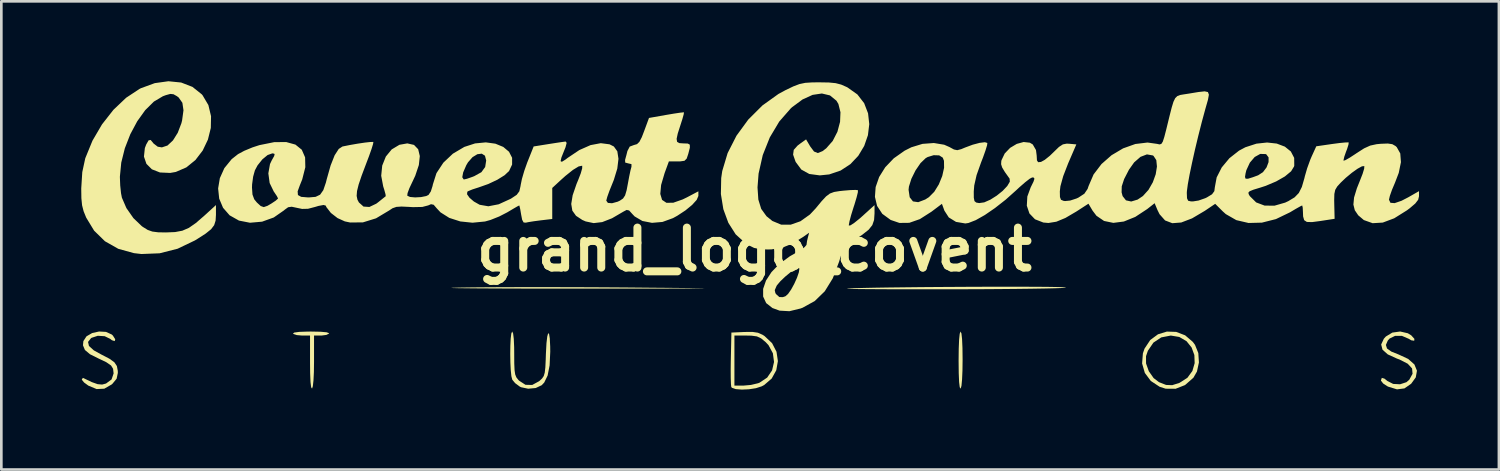
<source format=kicad_pcb>
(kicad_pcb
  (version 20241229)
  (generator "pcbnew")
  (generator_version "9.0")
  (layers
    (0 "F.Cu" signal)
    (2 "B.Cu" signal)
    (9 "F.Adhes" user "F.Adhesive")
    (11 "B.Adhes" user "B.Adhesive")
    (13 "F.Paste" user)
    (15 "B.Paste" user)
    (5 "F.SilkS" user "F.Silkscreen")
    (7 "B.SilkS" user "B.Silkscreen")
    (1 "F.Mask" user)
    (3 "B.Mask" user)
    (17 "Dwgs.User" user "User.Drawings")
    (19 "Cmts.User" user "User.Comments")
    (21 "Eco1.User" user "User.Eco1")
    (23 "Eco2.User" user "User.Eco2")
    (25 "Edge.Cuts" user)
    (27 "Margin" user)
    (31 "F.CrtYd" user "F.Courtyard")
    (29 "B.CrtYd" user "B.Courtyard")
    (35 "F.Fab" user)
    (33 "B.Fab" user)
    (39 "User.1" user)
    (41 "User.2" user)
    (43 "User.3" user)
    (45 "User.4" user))
  (footprint "grand_logo_covent"
    (layer "F.Cu")
    (at 25.272 6.316)
    (property "Reference" "grand_logo_covent" (at 0 0 0) (layer "F.SilkS") (effects (font (size 1.5 1.5) (thickness 0.3))))
    (attr board_only exclude_from_pos_files exclude_from_bom)
    (fp_poly (pts (xy 7.772 3.154) (xy 7.795 3.362) (xy 7.81 3.693) (xy 7.815 4.129) (xy 7.81 4.546) (xy 7.795 4.882) (xy 7.773 5.114) (xy 7.744 5.22) (xy 7.74 5.223) (xy 7.708 5.171) (xy 7.684 4.975) (xy 7.67 4.639) (xy 7.665 4.175) (xy 7.67 3.725) (xy 7.684 3.383) (xy 7.707 3.164) (xy 7.738 3.081) (xy 7.74 3.081)) (stroke (width 0) (type solid)) (fill yes) (layer "F.SilkS"))
    (fp_poly (pts (xy -16.287 3.088) (xy -16.058 3.109) (xy -15.968 3.143) (xy -15.969 3.156) (xy -16.069 3.207) (xy -16.251 3.231) (xy -16.274 3.231) (xy -16.533 3.231) (xy -16.533 4.204) (xy -16.538 4.6) (xy -16.554 4.918) (xy -16.578 5.134) (xy -16.608 5.223) (xy -16.641 5.172) (xy -16.665 4.977) (xy -16.679 4.644) (xy -16.683 4.25) (xy -16.683 3.231) (xy -16.979 3.231) (xy -17.179 3.214) (xy -17.307 3.171) (xy -17.322 3.156) (xy -17.275 3.119) (xy -17.088 3.093) (xy -16.768 3.082) (xy -16.645 3.081)) (stroke (width 0) (type solid)) (fill yes) (layer "F.SilkS"))
    (fp_poly (pts (xy 10.159 1.399) (xy 10.67 1.401) (xy 11.096 1.405) (xy 11.42 1.411) (xy 11.627 1.419) (xy 11.686 1.424) (xy 11.682 1.435) (xy 11.541 1.446) (xy 11.272 1.456) (xy 10.888 1.465) (xy 10.4 1.473) (xy 9.82 1.48) (xy 9.16 1.486) (xy 8.431 1.491) (xy 7.746 1.493) (xy 6.958 1.494) (xy 6.217 1.494) (xy 5.537 1.494) (xy 4.93 1.492) (xy 4.411 1.489) (xy 3.992 1.486) (xy 3.686 1.482) (xy 3.507 1.477) (xy 3.463 1.473) (xy 3.546 1.463) (xy 3.762 1.453) (xy 4.096 1.444) (xy 4.529 1.435) (xy 5.045 1.427) (xy 5.628 1.42) (xy 6.26 1.413) (xy 6.926 1.408) (xy 7.607 1.404) (xy 8.288 1.4) (xy 8.952 1.399) (xy 9.581 1.398)) (stroke (width 0) (type solid)) (fill yes) (layer "F.SilkS"))
    (fp_poly (pts (xy -7.541 1.414) (xy -6.646 1.416) (xy -5.742 1.42) (xy -4.852 1.426) (xy -4.546 1.429) (xy -3.815 1.436) (xy -3.196 1.441) (xy -2.691 1.446) (xy -2.304 1.451) (xy -2.038 1.455) (xy -1.894 1.458) (xy -1.876 1.461) (xy -1.987 1.463) (xy -2.229 1.464) (xy -2.604 1.466) (xy -3.116 1.467) (xy -3.767 1.468) (xy -4.561 1.468) (xy -5.498 1.469) (xy -6.584 1.469) (xy -6.688 1.469) (xy -7.607 1.469) (xy -8.441 1.468) (xy -9.185 1.466) (xy -9.833 1.463) (xy -10.377 1.46) (xy -10.811 1.456) (xy -11.129 1.452) (xy -11.324 1.447) (xy -11.389 1.442) (xy -11.318 1.437) (xy -11.105 1.431) (xy -11.047 1.43) (xy -10.552 1.423) (xy -9.931 1.418) (xy -9.207 1.415) (xy -8.402 1.413)) (stroke (width 0) (type solid)) (fill yes) (layer "F.SilkS"))
    (fp_poly (pts (xy 15.834 3.094) (xy 16.169 3.222) (xy 16.458 3.469) (xy 16.54 3.58) (xy 16.664 3.888) (xy 16.687 4.241) (xy 16.613 4.582) (xy 16.48 4.814) (xy 16.165 5.09) (xy 15.812 5.229) (xy 15.438 5.226) (xy 15.214 5.155) (xy 14.881 4.936) (xy 14.657 4.635) (xy 14.554 4.279) (xy 14.575 4.005) (xy 14.701 4.005) (xy 14.702 4.278) (xy 14.806 4.57) (xy 14.986 4.827) (xy 15.188 4.981) (xy 15.454 5.085) (xy 15.683 5.094) (xy 15.952 5.009) (xy 15.959 5.006) (xy 16.254 4.817) (xy 16.442 4.56) (xy 16.527 4.266) (xy 16.516 3.963) (xy 16.412 3.679) (xy 16.222 3.443) (xy 15.95 3.284) (xy 15.631 3.231) (xy 15.273 3.3) (xy 14.979 3.496) (xy 14.771 3.801) (xy 14.701 4.005) (xy 14.575 4.005) (xy 14.584 3.898) (xy 14.645 3.722) (xy 14.86 3.398) (xy 15.15 3.184) (xy 15.484 3.082)) (stroke (width 0) (type solid)) (fill yes) (layer "F.SilkS"))
    (fp_poly (pts (xy 0.131 3.125) (xy 0.304 3.201) (xy 0.379 3.249) (xy 0.662 3.516) (xy 0.829 3.84) (xy 0.881 4.19) (xy 0.82 4.535) (xy 0.648 4.845) (xy 0.366 5.088) (xy 0.272 5.138) (xy 0.058 5.207) (xy -0.205 5.248) (xy -0.472 5.26) (xy -0.7 5.242) (xy -0.844 5.192) (xy -0.869 5.162) (xy -0.881 5.054) (xy -0.889 4.826) (xy -0.891 4.512) (xy -0.887 4.171) (xy -0.751 4.171) (xy -0.751 5.11) (xy -0.411 5.11) (xy -0.132 5.085) (xy 0.135 5.022) (xy 0.189 5.002) (xy 0.479 4.809) (xy 0.663 4.538) (xy 0.736 4.223) (xy 0.693 3.896) (xy 0.528 3.591) (xy 0.422 3.478) (xy 0.251 3.337) (xy 0.094 3.263) (xy -0.111 3.235) (xy -0.299 3.231) (xy -0.751 3.231) (xy -0.751 4.171) (xy -0.887 4.171) (xy -0.886 4.144) (xy -0.885 4.092) (xy -0.864 3.119) (xy -0.373 3.097) (xy -0.076 3.094)) (stroke (width 0) (type solid)) (fill yes) (layer "F.SilkS"))
    (fp_poly (pts (xy 24.53 3.145) (xy 24.659 3.225) (xy 24.777 3.356) (xy 24.769 3.426) (xy 24.658 3.409) (xy 24.562 3.352) (xy 24.309 3.243) (xy 24.053 3.242) (xy 23.842 3.345) (xy 23.777 3.42) (xy 23.706 3.584) (xy 23.748 3.717) (xy 23.913 3.834) (xy 24.179 3.94) (xy 24.543 4.109) (xy 24.776 4.316) (xy 24.872 4.55) (xy 24.828 4.801) (xy 24.654 5.041) (xy 24.403 5.215) (xy 24.123 5.251) (xy 23.796 5.151) (xy 23.766 5.137) (xy 23.604 5.031) (xy 23.523 4.927) (xy 23.521 4.913) (xy 23.553 4.819) (xy 23.653 4.849) (xy 23.763 4.937) (xy 23.98 5.047) (xy 24.239 5.06) (xy 24.477 4.982) (xy 24.583 4.891) (xy 24.707 4.666) (xy 24.689 4.466) (xy 24.526 4.289) (xy 24.216 4.13) (xy 24.122 4.096) (xy 23.776 3.938) (xy 23.578 3.761) (xy 23.529 3.566) (xy 23.629 3.351) (xy 23.706 3.266) (xy 23.948 3.12) (xy 24.242 3.079)) (stroke (width 0) (type solid)) (fill yes) (layer "F.SilkS"))
    (fp_poly (pts (xy -9.059 3.153) (xy -9.034 3.356) (xy -9.02 3.671) (xy -9.018 3.911) (xy -9.016 4.278) (xy -9.005 4.527) (xy -8.981 4.691) (xy -8.937 4.801) (xy -8.867 4.891) (xy -8.833 4.926) (xy -8.595 5.08) (xy -8.342 5.086) (xy -8.08 4.943) (xy -8.064 4.929) (xy -7.972 4.843) (xy -7.91 4.752) (xy -7.872 4.625) (xy -7.849 4.429) (xy -7.835 4.133) (xy -7.828 3.914) (xy -7.807 3.521) (xy -7.777 3.263) (xy -7.743 3.145) (xy -7.71 3.167) (xy -7.683 3.332) (xy -7.667 3.643) (xy -7.665 3.839) (xy -7.689 4.35) (xy -7.763 4.731) (xy -7.891 4.995) (xy -7.985 5.095) (xy -8.211 5.201) (xy -8.494 5.227) (xy -8.761 5.171) (xy -8.809 5.147) (xy -8.983 5.018) (xy -9.091 4.888) (xy -9.124 4.758) (xy -9.148 4.529) (xy -9.162 4.239) (xy -9.167 3.921) (xy -9.163 3.612) (xy -9.15 3.345) (xy -9.127 3.157) (xy -9.095 3.081) (xy -9.093 3.081)) (stroke (width 0) (type solid)) (fill yes) (layer "F.SilkS"))
    (fp_poly (pts (xy -24.341 3.094) (xy -24.126 3.192) (xy -24.084 3.232) (xy -23.996 3.371) (xy -24.016 3.439) (xy -24.121 3.406) (xy -24.184 3.356) (xy -24.393 3.255) (xy -24.651 3.24) (xy -24.882 3.315) (xy -24.905 3.33) (xy -25.017 3.471) (xy -24.982 3.622) (xy -24.8 3.787) (xy -24.514 3.945) (xy -24.215 4.1) (xy -24.03 4.233) (xy -23.934 4.376) (xy -23.9 4.557) (xy -23.898 4.634) (xy -23.944 4.852) (xy -24.104 5.045) (xy -24.128 5.066) (xy -24.406 5.226) (xy -24.695 5.24) (xy -25.005 5.111) (xy -25.164 4.995) (xy -25.246 4.895) (xy -25.25 4.879) (xy -25.212 4.821) (xy -25.193 4.826) (xy -24.88 4.977) (xy -24.657 5.056) (xy -24.488 5.071) (xy -24.341 5.032) (xy -24.134 4.879) (xy -24.057 4.653) (xy -24.077 4.478) (xy -24.153 4.355) (xy -24.334 4.23) (xy -24.616 4.096) (xy -24.942 3.934) (xy -25.134 3.773) (xy -25.207 3.597) (xy -25.192 3.439) (xy -25.075 3.26) (xy -24.863 3.137) (xy -24.602 3.079)) (stroke (width 0) (type solid)) (fill yes) (layer "F.SilkS"))
    (fp_poly (pts (xy -21.521 -6.268) (xy -21.097 -6.104) (xy -20.75 -5.827) (xy -20.718 -5.791) (xy -20.499 -5.421) (xy -20.399 -5.003) (xy -20.408 -4.562) (xy -20.517 -4.124) (xy -20.713 -3.714) (xy -20.986 -3.358) (xy -21.326 -3.082) (xy -21.722 -2.911) (xy -21.933 -2.874) (xy -22.317 -2.891) (xy -22.62 -3.01) (xy -22.825 -3.215) (xy -22.918 -3.487) (xy -22.884 -3.807) (xy -22.833 -3.942) (xy -22.744 -4.097) (xy -22.666 -4.112) (xy -22.567 -3.992) (xy -22.562 -3.983) (xy -22.4 -3.858) (xy -22.244 -3.833) (xy -22.034 -3.903) (xy -21.828 -4.096) (xy -21.648 -4.384) (xy -21.512 -4.741) (xy -21.486 -4.845) (xy -21.434 -5.226) (xy -21.475 -5.506) (xy -21.615 -5.706) (xy -21.683 -5.757) (xy -21.81 -5.828) (xy -21.928 -5.84) (xy -22.097 -5.794) (xy -22.207 -5.753) (xy -22.544 -5.553) (xy -22.87 -5.231) (xy -23.17 -4.813) (xy -23.43 -4.327) (xy -23.635 -3.801) (xy -23.77 -3.261) (xy -23.821 -2.736) (xy -23.821 -2.71) (xy -23.809 -2.403) (xy -23.779 -2.113) (xy -23.746 -1.945) (xy -23.578 -1.556) (xy -23.315 -1.179) (xy -22.999 -0.876) (xy -22.954 -0.844) (xy -22.776 -0.734) (xy -22.603 -0.673) (xy -22.383 -0.645) (xy -22.093 -0.64) (xy -21.75 -0.654) (xy -21.477 -0.705) (xy -21.231 -0.812) (xy -20.971 -0.993) (xy -20.654 -1.267) (xy -20.637 -1.282) (xy -20.215 -1.668) (xy -20.215 -1.298) (xy -20.228 -1.084) (xy -20.282 -0.913) (xy -20.398 -0.76) (xy -20.599 -0.598) (xy -20.906 -0.4) (xy -21.004 -0.34) (xy -21.655 -0.028) (xy -22.331 0.143) (xy -23.013 0.17) (xy -23.295 0.137) (xy -23.881 -0.025) (xy -24.382 -0.309) (xy -24.789 -0.707) (xy -25.086 -1.196) (xy -25.183 -1.435) (xy -25.241 -1.66) (xy -25.267 -1.925) (xy -25.272 -2.285) (xy -25.272 -2.291) (xy -25.233 -2.906) (xy -25.123 -3.416) (xy -25.118 -3.432) (xy -24.851 -4.084) (xy -24.493 -4.696) (xy -24.064 -5.243) (xy -23.587 -5.696) (xy -23.083 -6.029) (xy -23.033 -6.054) (xy -22.512 -6.245) (xy -22 -6.316)) (stroke (width 0) (type solid)) (fill yes) (layer "F.SilkS"))
    (fp_poly (pts (xy 2.795 -6.269) (xy 3.05 -6.244) (xy 3.255 -6.191) (xy 3.46 -6.101) (xy 3.495 -6.083) (xy 3.865 -5.821) (xy 4.12 -5.491) (xy 4.266 -5.112) (xy 4.311 -4.705) (xy 4.261 -4.29) (xy 4.122 -3.889) (xy 3.901 -3.52) (xy 3.604 -3.205) (xy 3.237 -2.964) (xy 2.808 -2.818) (xy 2.454 -2.782) (xy 2.059 -2.835) (xy 1.761 -3) (xy 1.552 -3.282) (xy 1.537 -3.315) (xy 1.452 -3.561) (xy 1.476 -3.739) (xy 1.62 -3.901) (xy 1.715 -3.973) (xy 1.939 -4.133) (xy 2.094 -3.87) (xy 2.237 -3.678) (xy 2.38 -3.62) (xy 2.556 -3.692) (xy 2.694 -3.797) (xy 2.939 -4.075) (xy 3.116 -4.42) (xy 3.215 -4.792) (xy 3.23 -5.153) (xy 3.152 -5.464) (xy 3.078 -5.586) (xy 2.836 -5.784) (xy 2.532 -5.856) (xy 2.183 -5.804) (xy 1.806 -5.632) (xy 1.415 -5.343) (xy 1.366 -5.299) (xy 0.933 -4.804) (xy 0.577 -4.207) (xy 0.313 -3.544) (xy 0.156 -2.849) (xy 0.116 -2.33) (xy 0.147 -1.874) (xy 0.255 -1.524) (xy 0.453 -1.249) (xy 0.673 -1.071) (xy 1.003 -0.933) (xy 1.361 -0.931) (xy 1.728 -1.06) (xy 2.084 -1.314) (xy 2.3 -1.544) (xy 2.525 -1.816) (xy 2.691 -1.994) (xy 2.834 -2.101) (xy 2.99 -2.159) (xy 3.193 -2.192) (xy 3.342 -2.208) (xy 3.603 -2.23) (xy 3.798 -2.236) (xy 3.887 -2.225) (xy 3.887 -2.225) (xy 3.882 -2.142) (xy 3.835 -1.953) (xy 3.757 -1.692) (xy 3.721 -1.583) (xy 3.632 -1.297) (xy 3.57 -1.063) (xy 3.544 -0.919) (xy 3.546 -0.897) (xy 3.609 -0.908) (xy 3.753 -1.003) (xy 3.954 -1.165) (xy 4.041 -1.242) (xy 4.509 -1.666) (xy 4.509 -1.354) (xy 4.492 -1.108) (xy 4.426 -0.915) (xy 4.288 -0.742) (xy 4.053 -0.556) (xy 3.845 -0.416) (xy 3.592 -0.248) (xy 3.432 -0.116) (xy 3.329 0.027) (xy 3.25 0.226) (xy 3.177 0.462) (xy 2.943 1.08) (xy 2.641 1.569) (xy 2.265 1.935) (xy 1.81 2.186) (xy 1.733 2.215) (xy 1.312 2.317) (xy 0.945 2.296) (xy 0.677 2.198) (xy 0.441 2.012) (xy 0.327 1.766) (xy 0.327 1.526) (xy 0.763 1.526) (xy 0.787 1.638) (xy 0.821 1.684) (xy 0.937 1.787) (xy 1.07 1.788) (xy 1.162 1.757) (xy 1.262 1.67) (xy 1.379 1.502) (xy 1.496 1.287) (xy 1.598 1.061) (xy 1.667 0.86) (xy 1.688 0.72) (xy 1.654 0.676) (xy 1.538 0.725) (xy 1.36 0.85) (xy 1.158 1.017) (xy 0.974 1.192) (xy 0.847 1.342) (xy 0.832 1.367) (xy 0.763 1.526) (xy 0.327 1.526) (xy 0.327 1.478) (xy 0.435 1.165) (xy 0.643 0.845) (xy 0.945 0.535) (xy 1.333 0.253) (xy 1.498 0.159) (xy 1.727 0.025) (xy 1.89 -0.094) (xy 1.955 -0.173) (xy 1.955 -0.173) (xy 1.974 -0.312) (xy 2.005 -0.446) (xy 2.054 -0.629) (xy 1.835 -0.475) (xy 1.419 -0.217) (xy 1.038 -0.066) (xy 0.643 -0.004) (xy 0.5 -0.000001) (xy 0.205 -0.011) (xy -0.011 -0.058) (xy -0.218 -0.161) (xy -0.348 -0.244) (xy -0.704 -0.569) (xy -0.979 -1.001) (xy -1.167 -1.513) (xy -1.259 -2.082) (xy -1.247 -2.681) (xy -1.208 -2.946) (xy -1.006 -3.619) (xy -0.674 -4.271) (xy -0.232 -4.876) (xy 0.299 -5.406) (xy 0.901 -5.838) (xy 1.163 -5.98) (xy 1.461 -6.123) (xy 1.69 -6.21) (xy 1.908 -6.256) (xy 2.173 -6.273) (xy 2.44 -6.275)) (stroke (width 0) (type solid)) (fill yes) (layer "F.SilkS"))
    (fp_poly (pts (xy -2.645 -5.147) (xy -2.656 -5.072) (xy -2.705 -4.894) (xy -2.777 -4.67) (xy -2.878 -4.354) (xy -2.921 -4.153) (xy -2.903 -4.041) (xy -2.819 -3.993) (xy -2.668 -3.983) (xy -2.501 -3.977) (xy -2.426 -3.935) (xy -2.424 -3.821) (xy -2.481 -3.599) (xy -2.484 -3.588) (xy -2.543 -3.412) (xy -2.626 -3.33) (xy -2.783 -3.308) (xy -2.887 -3.307) (xy -3.211 -3.307) (xy -3.372 -2.867) (xy -3.503 -2.422) (xy -3.534 -2.086) (xy -3.467 -1.862) (xy -3.303 -1.752) (xy -3.045 -1.756) (xy -2.694 -1.879) (xy -2.536 -1.956) (xy -2.104 -2.184) (xy -2.104 -2.01) (xy -2.167 -1.863) (xy -2.338 -1.674) (xy -2.59 -1.467) (xy -2.896 -1.266) (xy -3.058 -1.177) (xy -3.452 -1.034) (xy -3.845 -1) (xy -4.205 -1.07) (xy -4.497 -1.241) (xy -4.587 -1.336) (xy -4.704 -1.465) (xy -4.797 -1.485) (xy -4.908 -1.427) (xy -5.346 -1.172) (xy -5.714 -1.028) (xy -6.036 -0.99) (xy -6.337 -1.054) (xy -6.462 -1.109) (xy -6.698 -1.265) (xy -6.836 -1.458) (xy -6.877 -1.709) (xy -6.824 -2.036) (xy -6.679 -2.458) (xy -6.615 -2.612) (xy -6.519 -2.86) (xy -6.466 -3.048) (xy -6.465 -3.141) (xy -6.47 -3.144) (xy -6.599 -3.118) (xy -6.812 -2.988) (xy -7.094 -2.763) (xy -7.264 -2.611) (xy -7.59 -2.31) (xy -7.59 -1.727) (xy -7.59 -1.145) (xy -8.022 -1.094) (xy -8.282 -1.06) (xy -8.493 -1.026) (xy -8.581 -1.007) (xy -8.665 -1.014) (xy -8.72 -1.116) (xy -8.758 -1.312) (xy -8.792 -1.514) (xy -8.821 -1.636) (xy -8.829 -1.653) (xy -8.899 -1.618) (xy -9.061 -1.524) (xy -9.28 -1.394) (xy -9.581 -1.239) (xy -9.907 -1.109) (xy -10.114 -1.051) (xy -10.583 -1.005) (xy -11.042 -1.053) (xy -11.455 -1.186) (xy -11.785 -1.394) (xy -11.928 -1.547) (xy -12.041 -1.679) (xy -12.141 -1.7) (xy -12.249 -1.654) (xy -12.468 -1.597) (xy -12.82 -1.59) (xy -12.954 -1.598) (xy -13.248 -1.612) (xy -13.441 -1.599) (xy -13.585 -1.549) (xy -13.712 -1.465) (xy -14.205 -1.17) (xy -14.696 -1.018) (xy -15.178 -1.013) (xy -15.377 -1.055) (xy -15.651 -1.179) (xy -15.9 -1.372) (xy -16.068 -1.589) (xy -16.093 -1.647) (xy -16.176 -1.671) (xy -16.368 -1.635) (xy -16.487 -1.599) (xy -16.759 -1.528) (xy -16.982 -1.523) (xy -17.164 -1.561) (xy -17.371 -1.605) (xy -17.505 -1.586) (xy -17.636 -1.491) (xy -17.66 -1.469) (xy -18.044 -1.202) (xy -18.483 -1.044) (xy -18.938 -1.004) (xy -19.351 -1.085) (xy -19.702 -1.283) (xy -19.949 -1.566) (xy -20.093 -1.909) (xy -20.133 -2.288) (xy -20.127 -2.329) (xy -18.862 -2.329) (xy -18.844 -2.064) (xy -18.778 -1.885) (xy -18.678 -1.763) (xy -18.534 -1.631) (xy -18.42 -1.591) (xy -18.281 -1.639) (xy -18.129 -1.728) (xy -17.972 -1.833) (xy -17.889 -1.908) (xy -17.885 -1.918) (xy -17.926 -2.001) (xy -18.025 -2.149) (xy -18.044 -2.175) (xy -18.199 -2.495) (xy -18.248 -2.858) (xy -18.186 -3.207) (xy -18.123 -3.341) (xy -18.029 -3.509) (xy -18.012 -3.586) (xy -18.069 -3.606) (xy -18.102 -3.607) (xy -18.277 -3.545) (xy -18.474 -3.382) (xy -18.653 -3.158) (xy -18.753 -2.971) (xy -18.819 -2.734) (xy -18.858 -2.443) (xy -18.862 -2.329) (xy -20.127 -2.329) (xy -20.069 -2.677) (xy -19.9 -3.053) (xy -19.626 -3.39) (xy -19.387 -3.579) (xy -19.152 -3.705) (xy -18.843 -3.833) (xy -18.582 -3.918) (xy -18.031 -4.029) (xy -17.58 -4.034) (xy -17.232 -3.938) (xy -16.993 -3.745) (xy -16.868 -3.459) (xy -16.86 -3.087) (xy -16.976 -2.631) (xy -17.064 -2.413) (xy -17.148 -2.183) (xy -17.137 -2.044) (xy -17.015 -1.976) (xy -16.763 -1.955) (xy -16.716 -1.955) (xy -16.474 -1.976) (xy -16.305 -2.057) (xy -16.185 -2.227) (xy -16.088 -2.511) (xy -16.056 -2.639) (xy -15.91 -3.155) (xy -15.759 -3.536) (xy -15.605 -3.775) (xy -15.465 -3.866) (xy -15.188 -3.922) (xy -14.894 -3.973) (xy -14.624 -4.013) (xy -14.416 -4.036) (xy -14.31 -4.037) (xy -14.305 -4.035) (xy -14.318 -3.956) (xy -14.376 -3.767) (xy -14.471 -3.498) (xy -14.576 -3.222) (xy -14.745 -2.774) (xy -14.858 -2.439) (xy -14.919 -2.193) (xy -14.933 -2.012) (xy -14.904 -1.871) (xy -14.848 -1.766) (xy -14.675 -1.611) (xy -14.455 -1.596) (xy -14.194 -1.721) (xy -14.115 -1.781) (xy -13.956 -1.909) (xy -13.855 -1.989) (xy -13.841 -1.999) (xy -13.849 -2.072) (xy -13.896 -2.242) (xy -13.936 -2.368) (xy -14.011 -2.768) (xy -13.973 -3.15) (xy -13.837 -3.489) (xy -13.617 -3.757) (xy -13.328 -3.93) (xy -13.031 -3.983) (xy -12.78 -3.926) (xy -12.623 -3.763) (xy -12.562 -3.507) (xy -12.598 -3.171) (xy -12.733 -2.768) (xy -12.841 -2.538) (xy -12.953 -2.301) (xy -13.022 -2.115) (xy -13.033 -2.02) (xy -12.93 -1.972) (xy -12.738 -1.955) (xy -12.516 -1.967) (xy -12.322 -2.006) (xy -12.235 -2.048) (xy -12.148 -2.18) (xy -12.082 -2.388) (xy -12.073 -2.437) (xy -11.986 -2.712) (xy -10.968 -2.712) (xy -10.917 -2.632) (xy -10.898 -2.63) (xy -10.787 -2.656) (xy -10.598 -2.722) (xy -10.52 -2.752) (xy -10.251 -2.901) (xy -10.108 -3.096) (xy -10.07 -3.342) (xy -10.116 -3.521) (xy -10.236 -3.597) (xy -10.401 -3.577) (xy -10.583 -3.466) (xy -10.754 -3.271) (xy -10.818 -3.162) (xy -10.934 -2.894) (xy -10.968 -2.712) (xy -11.986 -2.712) (xy -11.937 -2.865) (xy -11.677 -3.26) (xy -11.32 -3.597) (xy -10.89 -3.851) (xy -10.487 -3.982) (xy -10.083 -4.021) (xy -9.724 -3.972) (xy -9.428 -3.85) (xy -9.213 -3.669) (xy -9.097 -3.443) (xy -9.097 -3.188) (xy -9.211 -2.946) (xy -9.379 -2.788) (xy -9.652 -2.618) (xy -9.991 -2.458) (xy -10.354 -2.33) (xy -10.37 -2.325) (xy -10.587 -2.255) (xy -10.744 -2.19) (xy -10.778 -2.168) (xy -10.789 -2.075) (xy -10.697 -1.943) (xy -10.532 -1.801) (xy -10.323 -1.683) (xy -10.311 -1.678) (xy -9.989 -1.622) (xy -9.6 -1.697) (xy -9.152 -1.902) (xy -9.122 -1.92) (xy -8.925 -2.051) (xy -8.825 -2.185) (xy -8.78 -2.383) (xy -8.775 -2.421) (xy -8.728 -2.65) (xy -8.639 -2.955) (xy -8.526 -3.274) (xy -8.513 -3.305) (xy -8.288 -3.868) (xy -7.732 -3.957) (xy -7.45 -4.001) (xy -7.222 -4.035) (xy -7.092 -4.052) (xy -7.085 -4.052) (xy -7.049 -4.002) (xy -7.092 -3.837) (xy -7.142 -3.714) (xy -7.246 -3.453) (xy -7.277 -3.316) (xy -7.229 -3.292) (xy -7.097 -3.373) (xy -7.008 -3.441) (xy -6.572 -3.733) (xy -6.153 -3.918) (xy -5.768 -3.991) (xy -5.438 -3.948) (xy -5.277 -3.866) (xy -5.147 -3.686) (xy -5.104 -3.404) (xy -5.148 -3.038) (xy -5.279 -2.609) (xy -5.336 -2.468) (xy -5.444 -2.2) (xy -5.524 -1.977) (xy -5.56 -1.843) (xy -5.561 -1.833) (xy -5.501 -1.749) (xy -5.346 -1.736) (xy -5.134 -1.794) (xy -5.048 -1.835) (xy -4.933 -1.913) (xy -4.856 -2.029) (xy -4.798 -2.224) (xy -4.753 -2.461) (xy -4.701 -2.741) (xy -4.652 -2.973) (xy -4.616 -3.106) (xy -4.616 -3.205) (xy -4.731 -3.231) (xy -4.851 -3.263) (xy -4.856 -3.363) (xy -4.808 -3.537) (xy -4.768 -3.697) (xy -4.681 -3.863) (xy -4.522 -3.922) (xy -4.408 -3.955) (xy -4.318 -4.042) (xy -4.228 -4.216) (xy -4.141 -4.442) (xy -3.958 -4.938) (xy -3.313 -5.052) (xy -3.021 -5.101) (xy -2.793 -5.135) (xy -2.662 -5.149)) (stroke (width 0) (type solid)) (fill yes) (layer "F.SilkS"))
    (fp_poly (pts (xy 17.025 -5.91) (xy 17.061 -5.811) (xy 17.027 -5.623) (xy 16.943 -5.328) (xy 16.929 -5.279) (xy 16.795 -4.786) (xy 16.663 -4.266) (xy 16.538 -3.745) (xy 16.428 -3.251) (xy 16.336 -2.81) (xy 16.27 -2.448) (xy 16.236 -2.193) (xy 16.232 -2.123) (xy 16.24 -1.923) (xy 16.282 -1.83) (xy 16.389 -1.805) (xy 16.46 -1.804) (xy 16.674 -1.838) (xy 16.923 -1.925) (xy 16.986 -1.955) (xy 17.179 -2.072) (xy 17.266 -2.191) (xy 17.284 -2.334) (xy 17.353 -2.706) (xy 17.363 -2.725) (xy 18.417 -2.725) (xy 18.438 -2.658) (xy 18.529 -2.656) (xy 18.716 -2.714) (xy 18.911 -2.786) (xy 19.091 -2.903) (xy 19.226 -3.082) (xy 19.301 -3.28) (xy 19.302 -3.457) (xy 19.215 -3.573) (xy 19.196 -3.582) (xy 18.989 -3.588) (xy 18.781 -3.472) (xy 18.599 -3.26) (xy 18.468 -2.977) (xy 18.439 -2.862) (xy 18.417 -2.725) (xy 17.363 -2.725) (xy 17.544 -3.081) (xy 17.832 -3.427) (xy 18.193 -3.711) (xy 18.431 -3.838) (xy 18.847 -3.973) (xy 19.246 -4.016) (xy 19.609 -3.976) (xy 19.913 -3.861) (xy 20.138 -3.679) (xy 20.263 -3.439) (xy 20.266 -3.149) (xy 20.258 -3.116) (xy 20.147 -2.935) (xy 19.914 -2.742) (xy 19.587 -2.555) (xy 19.194 -2.389) (xy 18.994 -2.324) (xy 18.732 -2.244) (xy 18.589 -2.185) (xy 18.541 -2.129) (xy 18.565 -2.056) (xy 18.6 -2.001) (xy 18.836 -1.767) (xy 19.152 -1.648) (xy 19.522 -1.644) (xy 19.925 -1.76) (xy 20.046 -1.817) (xy 20.278 -1.957) (xy 20.437 -2.121) (xy 20.551 -2.348) (xy 20.647 -2.677) (xy 20.662 -2.743) (xy 20.749 -3.045) (xy 20.868 -3.373) (xy 20.921 -3.497) (xy 21.093 -3.874) (xy 21.687 -3.96) (xy 21.968 -3.997) (xy 22.185 -4.018) (xy 22.3 -4.02) (xy 22.31 -4.017) (xy 22.301 -3.937) (xy 22.248 -3.768) (xy 22.212 -3.676) (xy 22.144 -3.482) (xy 22.115 -3.354) (xy 22.118 -3.332) (xy 22.19 -3.356) (xy 22.352 -3.449) (xy 22.57 -3.591) (xy 22.609 -3.618) (xy 22.889 -3.797) (xy 23.118 -3.901) (xy 23.358 -3.953) (xy 23.512 -3.968) (xy 23.779 -3.978) (xy 23.947 -3.953) (xy 24.068 -3.884) (xy 24.114 -3.841) (xy 24.246 -3.605) (xy 24.271 -3.279) (xy 24.189 -2.876) (xy 24.047 -2.505) (xy 23.935 -2.24) (xy 23.855 -2.013) (xy 23.822 -1.872) (xy 23.822 -1.868) (xy 23.876 -1.753) (xy 24.034 -1.74) (xy 24.291 -1.828) (xy 24.545 -1.959) (xy 24.949 -2.19) (xy 24.949 -1.997) (xy 24.918 -1.867) (xy 24.809 -1.726) (xy 24.601 -1.548) (xy 24.498 -1.471) (xy 24.019 -1.171) (xy 23.589 -1.01) (xy 23.208 -0.987) (xy 22.879 -1.104) (xy 22.667 -1.284) (xy 22.539 -1.473) (xy 22.486 -1.686) (xy 22.511 -1.951) (xy 22.616 -2.295) (xy 22.737 -2.598) (xy 22.833 -2.844) (xy 22.89 -3.034) (xy 22.897 -3.129) (xy 22.896 -3.131) (xy 22.807 -3.122) (xy 22.641 -3.031) (xy 22.429 -2.88) (xy 22.201 -2.691) (xy 22.014 -2.513) (xy 21.88 -2.366) (xy 21.804 -2.239) (xy 21.771 -2.084) (xy 21.765 -1.85) (xy 21.768 -1.698) (xy 21.781 -1.152) (xy 21.244 -1.069) (xy 20.933 -1.028) (xy 20.74 -1.034) (xy 20.638 -1.1) (xy 20.598 -1.242) (xy 20.592 -1.409) (xy 20.583 -1.575) (xy 20.564 -1.653) (xy 20.562 -1.653) (xy 20.488 -1.617) (xy 20.322 -1.524) (xy 20.105 -1.395) (xy 19.578 -1.141) (xy 19.052 -1.008) (xy 18.55 -0.995) (xy 18.091 -1.102) (xy 17.695 -1.329) (xy 17.58 -1.433) (xy 17.298 -1.714) (xy 16.908 -1.451) (xy 16.429 -1.168) (xy 16.023 -1.013) (xy 15.687 -0.987) (xy 15.416 -1.091) (xy 15.209 -1.324) (xy 15.132 -1.479) (xy 15.024 -1.737) (xy 14.745 -1.517) (xy 14.297 -1.223) (xy 13.869 -1.05) (xy 13.474 -0.999) (xy 13.126 -1.071) (xy 12.84 -1.266) (xy 12.695 -1.457) (xy 12.54 -1.719) (xy 12.089 -1.427) (xy 11.675 -1.184) (xy 11.335 -1.043) (xy 11.04 -0.995) (xy 10.846 -1.012) (xy 10.533 -1.134) (xy 10.324 -1.352) (xy 10.226 -1.644) (xy 10.245 -1.989) (xy 10.37 -2.33) (xy 10.475 -2.543) (xy 10.512 -2.655) (xy 10.487 -2.699) (xy 10.427 -2.705) (xy 10.334 -2.656) (xy 10.164 -2.524) (xy 9.946 -2.334) (xy 9.827 -2.223) (xy 9.432 -1.87) (xy 9.031 -1.556) (xy 8.65 -1.294) (xy 8.31 -1.102) (xy 8.036 -0.995) (xy 7.918 -0.977) (xy 7.568 -1.036) (xy 7.297 -1.203) (xy 7.132 -1.458) (xy 7.039 -1.714) (xy 6.646 -1.418) (xy 6.21 -1.14) (xy 5.814 -1.001) (xy 5.443 -0.997) (xy 5.115 -1.109) (xy 4.8 -1.339) (xy 4.605 -1.635) (xy 4.524 -1.976) (xy 4.543 -2.241) (xy 5.787 -2.241) (xy 5.829 -1.961) (xy 5.952 -1.805) (xy 6.149 -1.776) (xy 6.412 -1.876) (xy 6.55 -1.964) (xy 6.751 -2.166) (xy 6.923 -2.444) (xy 7.051 -2.759) (xy 7.12 -3.068) (xy 7.116 -3.329) (xy 7.071 -3.447) (xy 6.937 -3.533) (xy 6.729 -3.54) (xy 6.501 -3.47) (xy 6.427 -3.427) (xy 6.236 -3.243) (xy 6.047 -2.967) (xy 5.892 -2.654) (xy 5.8 -2.361) (xy 5.787 -2.241) (xy 4.543 -2.241) (xy 4.551 -2.344) (xy 4.682 -2.721) (xy 4.91 -3.086) (xy 5.232 -3.423) (xy 5.64 -3.71) (xy 5.892 -3.837) (xy 6.31 -3.965) (xy 6.737 -3.997) (xy 7.124 -3.933) (xy 7.321 -3.846) (xy 7.49 -3.754) (xy 7.615 -3.728) (xy 7.764 -3.767) (xy 7.908 -3.827) (xy 8.195 -3.934) (xy 8.456 -4.003) (xy 8.652 -4.027) (xy 8.745 -3.999) (xy 8.733 -3.91) (xy 8.674 -3.715) (xy 8.579 -3.448) (xy 8.509 -3.268) (xy 8.34 -2.792) (xy 8.252 -2.404) (xy 8.234 -2.179) (xy 8.236 -1.942) (xy 8.261 -1.816) (xy 8.327 -1.762) (xy 8.437 -1.742) (xy 8.627 -1.769) (xy 8.857 -1.87) (xy 9.097 -2.022) (xy 9.319 -2.2) (xy 9.492 -2.383) (xy 9.588 -2.545) (xy 9.58 -2.659) (xy 9.401 -2.91) (xy 9.3 -3.078) (xy 9.261 -3.201) (xy 9.268 -3.315) (xy 9.276 -3.353) (xy 9.397 -3.605) (xy 9.599 -3.815) (xy 9.848 -3.964) (xy 10.106 -4.035) (xy 10.339 -4.009) (xy 10.449 -3.943) (xy 10.57 -3.733) (xy 10.596 -3.527) (xy 10.606 -3.345) (xy 10.651 -3.277) (xy 10.757 -3.287) (xy 10.759 -3.288) (xy 10.898 -3.364) (xy 11.088 -3.516) (xy 11.239 -3.662) (xy 11.433 -3.85) (xy 11.58 -3.946) (xy 11.726 -3.974) (xy 11.821 -3.969) (xy 12.085 -3.945) (xy 11.777 -3.231) (xy 11.592 -2.753) (xy 11.487 -2.373) (xy 11.465 -2.179) (xy 11.47 -1.969) (xy 11.509 -1.866) (xy 11.605 -1.826) (xy 11.661 -1.818) (xy 11.853 -1.837) (xy 12.09 -1.914) (xy 12.165 -1.949) (xy 12.386 -2.094) (xy 12.421 -2.146) (xy 13.784 -2.146) (xy 13.822 -2.004) (xy 13.948 -1.845) (xy 14.145 -1.801) (xy 14.385 -1.873) (xy 14.584 -2.007) (xy 14.793 -2.238) (xy 14.956 -2.522) (xy 15.065 -2.825) (xy 15.111 -3.114) (xy 15.087 -3.355) (xy 14.983 -3.514) (xy 14.956 -3.531) (xy 14.735 -3.57) (xy 14.494 -3.478) (xy 14.255 -3.27) (xy 14.06 -2.994) (xy 13.879 -2.643) (xy 13.79 -2.372) (xy 13.784 -2.146) (xy 12.421 -2.146) (xy 12.508 -2.274) (xy 12.546 -2.386) (xy 12.732 -2.817) (xy 13.029 -3.207) (xy 13.407 -3.539) (xy 13.84 -3.796) (xy 14.3 -3.96) (xy 14.758 -4.015) (xy 15.115 -3.965) (xy 15.209 -3.944) (xy 15.276 -3.964) (xy 15.331 -4.049) (xy 15.388 -4.226) (xy 15.464 -4.52) (xy 15.475 -4.566) (xy 15.583 -5.008) (xy 15.664 -5.326) (xy 15.73 -5.543) (xy 15.796 -5.68) (xy 15.876 -5.759) (xy 15.983 -5.8) (xy 16.131 -5.825) (xy 16.303 -5.851) (xy 16.666 -5.911) (xy 16.901 -5.937)) (stroke (width 0) (type solid)) (fill yes) (layer "F.SilkS")))
  (gr_rect
    (start -3 -3)
    (end 53.221 14.576)
    (stroke (width 0.1) (type default))
    (fill no)
    (layer "Edge.Cuts")))
</source>
